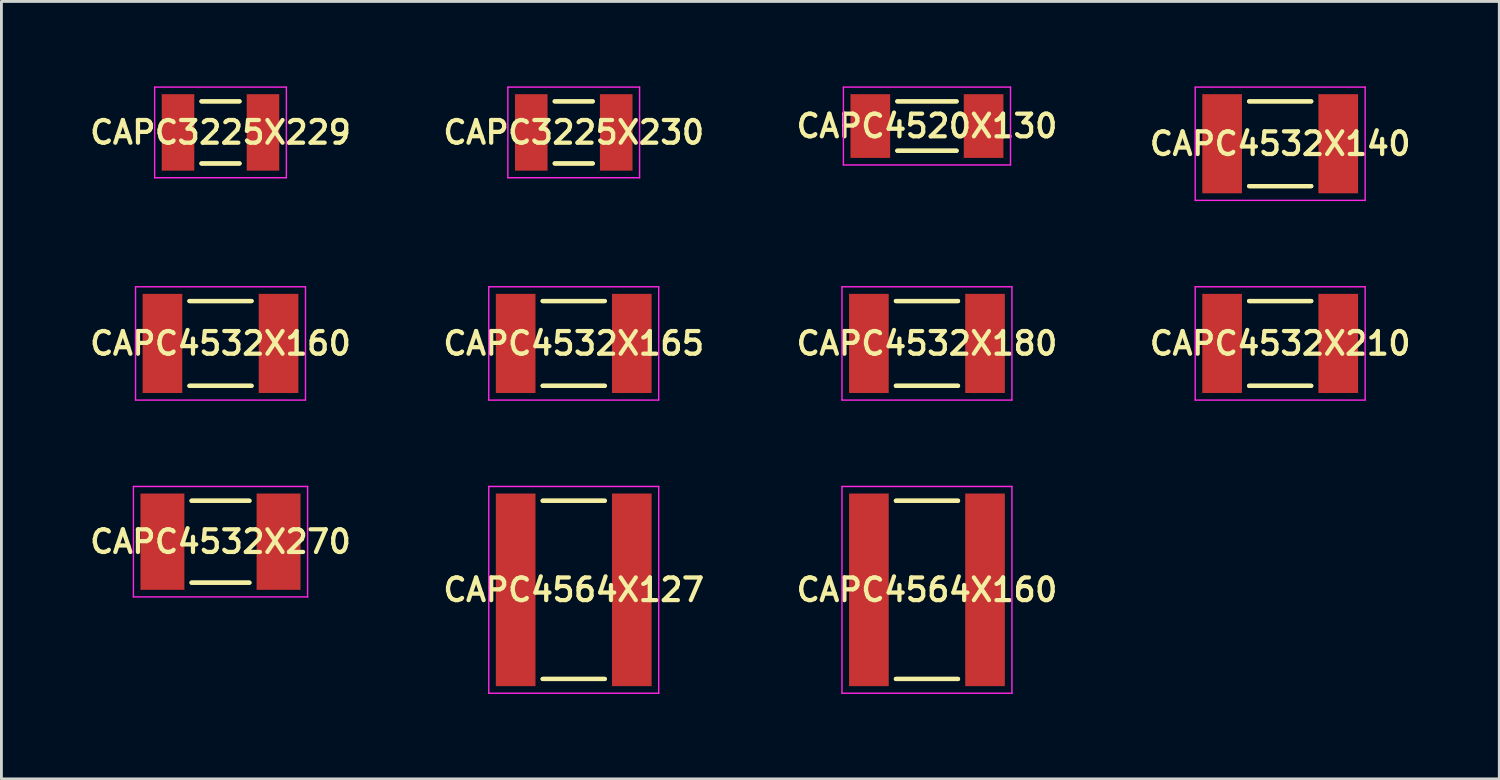
<source format=kicad_pcb>
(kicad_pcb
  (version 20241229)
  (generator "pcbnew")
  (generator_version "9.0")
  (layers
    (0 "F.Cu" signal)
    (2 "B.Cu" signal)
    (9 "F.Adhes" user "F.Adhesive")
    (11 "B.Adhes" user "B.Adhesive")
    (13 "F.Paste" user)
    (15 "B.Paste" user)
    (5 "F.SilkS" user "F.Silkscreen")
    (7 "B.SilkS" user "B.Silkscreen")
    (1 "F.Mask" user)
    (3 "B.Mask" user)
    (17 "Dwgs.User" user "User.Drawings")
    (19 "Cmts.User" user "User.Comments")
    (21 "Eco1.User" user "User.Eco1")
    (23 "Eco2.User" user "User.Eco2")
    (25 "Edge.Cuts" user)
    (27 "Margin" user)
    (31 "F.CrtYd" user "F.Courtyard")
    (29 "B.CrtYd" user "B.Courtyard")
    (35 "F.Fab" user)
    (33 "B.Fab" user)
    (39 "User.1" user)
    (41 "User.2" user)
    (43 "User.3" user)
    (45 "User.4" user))
  (footprint "CAPC4532X210"
    (layer "F.Cu")
    (at 42.148 9.075)
    (property "Reference" "CAPC4532X210" (at 0 0 0) (layer "F.SilkS") (effects (font (size 0.8 0.8) (thickness 0.15))))
    (attr smd)
    (fp_line (start -1.096 -1.496) (end 1.096 -1.496) (stroke (width 0.15) (type solid)) (layer "F.SilkS"))
    (fp_line (start -1.096 1.496) (end 1.096 1.496) (stroke (width 0.15) (type solid)) (layer "F.SilkS"))
    (fp_line (start 1.096 -1.496) (end -1.096 -1.496) (stroke (width 0.15) (type solid)) (layer "F.SilkS"))
    (fp_line (start 1.096 1.496) (end -1.096 1.496) (stroke (width 0.15) (type solid)) (layer "F.SilkS"))
    (fp_line (start -3 -2) (end 3 -2) (stroke (width 0.05) (type solid)) (layer "F.CrtYd"))
    (fp_line (start -3 2) (end -3 -2) (stroke (width 0.05) (type solid)) (layer "F.CrtYd"))
    (fp_line (start 3 -2) (end 3 2) (stroke (width 0.05) (type solid)) (layer "F.CrtYd"))
    (fp_line (start 3 2) (end -3 2) (stroke (width 0.05) (type solid)) (layer "F.CrtYd"))
    (pad "1" smd rect (at -2.05 0) (size 1.4 3.5) (layers "F.Cu" "F.Mask" "F.Paste"))
    (pad "2" smd rect (at 2.05 0) (size 1.4 3.5) (layers "F.Cu" "F.Mask" "F.Paste")))
  (footprint "CAPC3225X229"
    (layer "F.Cu")
    (at 4.735 1.625)
    (property "Reference" "CAPC3225X229" (at 0 0 0) (layer "F.SilkS") (effects (font (size 0.8 0.8) (thickness 0.15))))
    (attr smd)
    (fp_line (start -0.671 -1.096) (end 0.671 -1.096) (stroke (width 0.15) (type solid)) (layer "F.SilkS"))
    (fp_line (start -0.671 1.096) (end 0.671 1.096) (stroke (width 0.15) (type solid)) (layer "F.SilkS"))
    (fp_line (start 0.671 -1.096) (end -0.671 -1.096) (stroke (width 0.15) (type solid)) (layer "F.SilkS"))
    (fp_line (start 0.671 1.096) (end -0.671 1.096) (stroke (width 0.15) (type solid)) (layer "F.SilkS"))
    (fp_line (start -2.325 -1.6) (end 2.325 -1.6) (stroke (width 0.05) (type solid)) (layer "F.CrtYd"))
    (fp_line (start -2.325 1.6) (end -2.325 -1.6) (stroke (width 0.05) (type solid)) (layer "F.CrtYd"))
    (fp_line (start 2.325 -1.6) (end 2.325 1.6) (stroke (width 0.05) (type solid)) (layer "F.CrtYd"))
    (fp_line (start 2.325 1.6) (end -2.325 1.6) (stroke (width 0.05) (type solid)) (layer "F.CrtYd"))
    (pad "1" smd rect (at -1.5 0) (size 1.15 2.7) (layers "F.Cu" "F.Mask" "F.Paste"))
    (pad "2" smd rect (at 1.5 0) (size 1.15 2.7) (layers "F.Cu" "F.Mask" "F.Paste")))
  (footprint "CAPC4564X127"
    (layer "F.Cu")
    (at 17.206 17.775)
    (property "Reference" "CAPC4564X127" (at 0 0 0) (layer "F.SilkS") (effects (font (size 0.8 0.8) (thickness 0.15))))
    (attr smd)
    (fp_line (start -1.096 -3.146) (end 1.096 -3.146) (stroke (width 0.15) (type solid)) (layer "F.SilkS"))
    (fp_line (start -1.096 3.146) (end 1.096 3.146) (stroke (width 0.15) (type solid)) (layer "F.SilkS"))
    (fp_line (start 1.096 -3.146) (end -1.096 -3.146) (stroke (width 0.15) (type solid)) (layer "F.SilkS"))
    (fp_line (start 1.096 3.146) (end -1.096 3.146) (stroke (width 0.15) (type solid)) (layer "F.SilkS"))
    (fp_line (start -3 -3.65) (end 3 -3.65) (stroke (width 0.05) (type solid)) (layer "F.CrtYd"))
    (fp_line (start -3 3.65) (end -3 -3.65) (stroke (width 0.05) (type solid)) (layer "F.CrtYd"))
    (fp_line (start 3 -3.65) (end 3 3.65) (stroke (width 0.05) (type solid)) (layer "F.CrtYd"))
    (fp_line (start 3 3.65) (end -3 3.65) (stroke (width 0.05) (type solid)) (layer "F.CrtYd"))
    (pad "1" smd rect (at -2.05 0) (size 1.4 6.8) (layers "F.Cu" "F.Mask" "F.Paste"))
    (pad "2" smd rect (at 2.05 0) (size 1.4 6.8) (layers "F.Cu" "F.Mask" "F.Paste")))
  (footprint "CAPC4532X180"
    (layer "F.Cu")
    (at 29.677 9.075)
    (property "Reference" "CAPC4532X180" (at 0 0 0) (layer "F.SilkS") (effects (font (size 0.8 0.8) (thickness 0.15))))
    (attr smd)
    (fp_line (start -1.096 -1.496) (end 1.096 -1.496) (stroke (width 0.15) (type solid)) (layer "F.SilkS"))
    (fp_line (start -1.096 1.496) (end 1.096 1.496) (stroke (width 0.15) (type solid)) (layer "F.SilkS"))
    (fp_line (start 1.096 -1.496) (end -1.096 -1.496) (stroke (width 0.15) (type solid)) (layer "F.SilkS"))
    (fp_line (start 1.096 1.496) (end -1.096 1.496) (stroke (width 0.15) (type solid)) (layer "F.SilkS"))
    (fp_line (start -3 -2) (end 3 -2) (stroke (width 0.05) (type solid)) (layer "F.CrtYd"))
    (fp_line (start -3 2) (end -3 -2) (stroke (width 0.05) (type solid)) (layer "F.CrtYd"))
    (fp_line (start 3 -2) (end 3 2) (stroke (width 0.05) (type solid)) (layer "F.CrtYd"))
    (fp_line (start 3 2) (end -3 2) (stroke (width 0.05) (type solid)) (layer "F.CrtYd"))
    (pad "1" smd rect (at -2.05 0) (size 1.4 3.5) (layers "F.Cu" "F.Mask" "F.Paste"))
    (pad "2" smd rect (at 2.05 0) (size 1.4 3.5) (layers "F.Cu" "F.Mask" "F.Paste")))
  (footprint "CAPC4532X140"
    (layer "F.Cu")
    (at 42.148 2.025)
    (property "Reference" "CAPC4532X140" (at 0 0 0) (layer "F.SilkS") (effects (font (size 0.8 0.8) (thickness 0.15))))
    (attr smd)
    (fp_line (start -1.096 -1.496) (end 1.096 -1.496) (stroke (width 0.15) (type solid)) (layer "F.SilkS"))
    (fp_line (start -1.096 1.496) (end 1.096 1.496) (stroke (width 0.15) (type solid)) (layer "F.SilkS"))
    (fp_line (start 1.096 -1.496) (end -1.096 -1.496) (stroke (width 0.15) (type solid)) (layer "F.SilkS"))
    (fp_line (start 1.096 1.496) (end -1.096 1.496) (stroke (width 0.15) (type solid)) (layer "F.SilkS"))
    (fp_line (start -3 -2) (end 3 -2) (stroke (width 0.05) (type solid)) (layer "F.CrtYd"))
    (fp_line (start -3 2) (end -3 -2) (stroke (width 0.05) (type solid)) (layer "F.CrtYd"))
    (fp_line (start 3 -2) (end 3 2) (stroke (width 0.05) (type solid)) (layer "F.CrtYd"))
    (fp_line (start 3 2) (end -3 2) (stroke (width 0.05) (type solid)) (layer "F.CrtYd"))
    (pad "1" smd rect (at -2.05 0) (size 1.4 3.5) (layers "F.Cu" "F.Mask" "F.Paste"))
    (pad "2" smd rect (at 2.05 0) (size 1.4 3.5) (layers "F.Cu" "F.Mask" "F.Paste")))
  (footprint "CAPC4564X160"
    (layer "F.Cu")
    (at 29.677 17.775)
    (property "Reference" "CAPC4564X160" (at 0 0 0) (layer "F.SilkS") (effects (font (size 0.8 0.8) (thickness 0.15))))
    (attr smd)
    (fp_line (start -1.096 -3.146) (end 1.096 -3.146) (stroke (width 0.15) (type solid)) (layer "F.SilkS"))
    (fp_line (start -1.096 3.146) (end 1.096 3.146) (stroke (width 0.15) (type solid)) (layer "F.SilkS"))
    (fp_line (start 1.096 -3.146) (end -1.096 -3.146) (stroke (width 0.15) (type solid)) (layer "F.SilkS"))
    (fp_line (start 1.096 3.146) (end -1.096 3.146) (stroke (width 0.15) (type solid)) (layer "F.SilkS"))
    (fp_line (start -3 -3.65) (end 3 -3.65) (stroke (width 0.05) (type solid)) (layer "F.CrtYd"))
    (fp_line (start -3 3.65) (end -3 -3.65) (stroke (width 0.05) (type solid)) (layer "F.CrtYd"))
    (fp_line (start 3 -3.65) (end 3 3.65) (stroke (width 0.05) (type solid)) (layer "F.CrtYd"))
    (fp_line (start 3 3.65) (end -3 3.65) (stroke (width 0.05) (type solid)) (layer "F.CrtYd"))
    (pad "1" smd rect (at -2.05 0) (size 1.4 6.8) (layers "F.Cu" "F.Mask" "F.Paste"))
    (pad "2" smd rect (at 2.05 0) (size 1.4 6.8) (layers "F.Cu" "F.Mask" "F.Paste")))
  (footprint "CAPC4520X130"
    (layer "F.Cu")
    (at 29.677 1.4)
    (property "Reference" "CAPC4520X130" (at 0 0 0) (layer "F.SilkS") (effects (font (size 0.8 0.8) (thickness 0.15))))
    (attr smd)
    (fp_line (start -1.046 -0.871) (end 1.046 -0.871) (stroke (width 0.15) (type solid)) (layer "F.SilkS"))
    (fp_line (start -1.046 0.871) (end 1.046 0.871) (stroke (width 0.15) (type solid)) (layer "F.SilkS"))
    (fp_line (start 1.046 -0.871) (end -1.046 -0.871) (stroke (width 0.15) (type solid)) (layer "F.SilkS"))
    (fp_line (start 1.046 0.871) (end -1.046 0.871) (stroke (width 0.15) (type solid)) (layer "F.SilkS"))
    (fp_line (start -2.95 -1.375) (end 2.95 -1.375) (stroke (width 0.05) (type solid)) (layer "F.CrtYd"))
    (fp_line (start -2.95 1.375) (end -2.95 -1.375) (stroke (width 0.05) (type solid)) (layer "F.CrtYd"))
    (fp_line (start 2.95 -1.375) (end 2.95 1.375) (stroke (width 0.05) (type solid)) (layer "F.CrtYd"))
    (fp_line (start 2.95 1.375) (end -2.95 1.375) (stroke (width 0.05) (type solid)) (layer "F.CrtYd"))
    (pad "1" smd rect (at -2 0) (size 1.4 2.25) (layers "F.Cu" "F.Mask" "F.Paste"))
    (pad "2" smd rect (at 2 0) (size 1.4 2.25) (layers "F.Cu" "F.Mask" "F.Paste")))
  (footprint "CAPC3225X230"
    (layer "F.Cu")
    (at 17.206 1.625)
    (property "Reference" "CAPC3225X230" (at 0 0 0) (layer "F.SilkS") (effects (font (size 0.8 0.8) (thickness 0.15))))
    (attr smd)
    (fp_line (start -0.671 -1.096) (end 0.671 -1.096) (stroke (width 0.15) (type solid)) (layer "F.SilkS"))
    (fp_line (start -0.671 1.096) (end 0.671 1.096) (stroke (width 0.15) (type solid)) (layer "F.SilkS"))
    (fp_line (start 0.671 -1.096) (end -0.671 -1.096) (stroke (width 0.15) (type solid)) (layer "F.SilkS"))
    (fp_line (start 0.671 1.096) (end -0.671 1.096) (stroke (width 0.15) (type solid)) (layer "F.SilkS"))
    (fp_line (start -2.325 -1.6) (end 2.325 -1.6) (stroke (width 0.05) (type solid)) (layer "F.CrtYd"))
    (fp_line (start -2.325 1.6) (end -2.325 -1.6) (stroke (width 0.05) (type solid)) (layer "F.CrtYd"))
    (fp_line (start 2.325 -1.6) (end 2.325 1.6) (stroke (width 0.05) (type solid)) (layer "F.CrtYd"))
    (fp_line (start 2.325 1.6) (end -2.325 1.6) (stroke (width 0.05) (type solid)) (layer "F.CrtYd"))
    (pad "1" smd rect (at -1.5 0) (size 1.15 2.7) (layers "F.Cu" "F.Mask" "F.Paste"))
    (pad "2" smd rect (at 1.5 0) (size 1.15 2.7) (layers "F.Cu" "F.Mask" "F.Paste")))
  (footprint "CAPC4532X270"
    (layer "F.Cu")
    (at 4.735 16.075)
    (property "Reference" "CAPC4532X270" (at 0 0 0) (layer "F.SilkS") (effects (font (size 0.8 0.8) (thickness 0.15))))
    (attr smd)
    (fp_line (start -1.021 -1.446) (end 1.021 -1.446) (stroke (width 0.15) (type solid)) (layer "F.SilkS"))
    (fp_line (start -1.021 1.446) (end 1.021 1.446) (stroke (width 0.15) (type solid)) (layer "F.SilkS"))
    (fp_line (start 1.021 -1.446) (end -1.021 -1.446) (stroke (width 0.15) (type solid)) (layer "F.SilkS"))
    (fp_line (start 1.021 1.446) (end -1.021 1.446) (stroke (width 0.15) (type solid)) (layer "F.SilkS"))
    (fp_line (start -3.075 -1.95) (end 3.075 -1.95) (stroke (width 0.05) (type solid)) (layer "F.CrtYd"))
    (fp_line (start -3.075 1.95) (end -3.075 -1.95) (stroke (width 0.05) (type solid)) (layer "F.CrtYd"))
    (fp_line (start 3.075 -1.95) (end 3.075 1.95) (stroke (width 0.05) (type solid)) (layer "F.CrtYd"))
    (fp_line (start 3.075 1.95) (end -3.075 1.95) (stroke (width 0.05) (type solid)) (layer "F.CrtYd"))
    (pad "1" smd rect (at -2.05 0) (size 1.55 3.4) (layers "F.Cu" "F.Mask" "F.Paste"))
    (pad "2" smd rect (at 2.05 0) (size 1.55 3.4) (layers "F.Cu" "F.Mask" "F.Paste")))
  (footprint "CAPC4532X160"
    (layer "F.Cu")
    (at 4.735 9.075)
    (property "Reference" "CAPC4532X160" (at 0 0 0) (layer "F.SilkS") (effects (font (size 0.8 0.8) (thickness 0.15))))
    (attr smd)
    (fp_line (start -1.096 -1.496) (end 1.096 -1.496) (stroke (width 0.15) (type solid)) (layer "F.SilkS"))
    (fp_line (start -1.096 1.496) (end 1.096 1.496) (stroke (width 0.15) (type solid)) (layer "F.SilkS"))
    (fp_line (start 1.096 -1.496) (end -1.096 -1.496) (stroke (width 0.15) (type solid)) (layer "F.SilkS"))
    (fp_line (start 1.096 1.496) (end -1.096 1.496) (stroke (width 0.15) (type solid)) (layer "F.SilkS"))
    (fp_line (start -3 -2) (end 3 -2) (stroke (width 0.05) (type solid)) (layer "F.CrtYd"))
    (fp_line (start -3 2) (end -3 -2) (stroke (width 0.05) (type solid)) (layer "F.CrtYd"))
    (fp_line (start 3 -2) (end 3 2) (stroke (width 0.05) (type solid)) (layer "F.CrtYd"))
    (fp_line (start 3 2) (end -3 2) (stroke (width 0.05) (type solid)) (layer "F.CrtYd"))
    (pad "1" smd rect (at -2.05 0) (size 1.4 3.5) (layers "F.Cu" "F.Mask" "F.Paste"))
    (pad "2" smd rect (at 2.05 0) (size 1.4 3.5) (layers "F.Cu" "F.Mask" "F.Paste")))
  (footprint "CAPC4532X165"
    (layer "F.Cu")
    (at 17.206 9.075)
    (property "Reference" "CAPC4532X165" (at 0 0 0) (layer "F.SilkS") (effects (font (size 0.8 0.8) (thickness 0.15))))
    (attr smd)
    (fp_line (start -1.096 -1.496) (end 1.096 -1.496) (stroke (width 0.15) (type solid)) (layer "F.SilkS"))
    (fp_line (start -1.096 1.496) (end 1.096 1.496) (stroke (width 0.15) (type solid)) (layer "F.SilkS"))
    (fp_line (start 1.096 -1.496) (end -1.096 -1.496) (stroke (width 0.15) (type solid)) (layer "F.SilkS"))
    (fp_line (start 1.096 1.496) (end -1.096 1.496) (stroke (width 0.15) (type solid)) (layer "F.SilkS"))
    (fp_line (start -3 -2) (end 3 -2) (stroke (width 0.05) (type solid)) (layer "F.CrtYd"))
    (fp_line (start -3 2) (end -3 -2) (stroke (width 0.05) (type solid)) (layer "F.CrtYd"))
    (fp_line (start 3 -2) (end 3 2) (stroke (width 0.05) (type solid)) (layer "F.CrtYd"))
    (fp_line (start 3 2) (end -3 2) (stroke (width 0.05) (type solid)) (layer "F.CrtYd"))
    (pad "1" smd rect (at -2.05 0) (size 1.4 3.5) (layers "F.Cu" "F.Mask" "F.Paste"))
    (pad "2" smd rect (at 2.05 0) (size 1.4 3.5) (layers "F.Cu" "F.Mask" "F.Paste")))
  (gr_rect
    (start -3 -3)
    (end 49.884 24.45)
    (stroke (width 0.1) (type default))
    (fill no)
    (layer "Edge.Cuts")))
</source>
